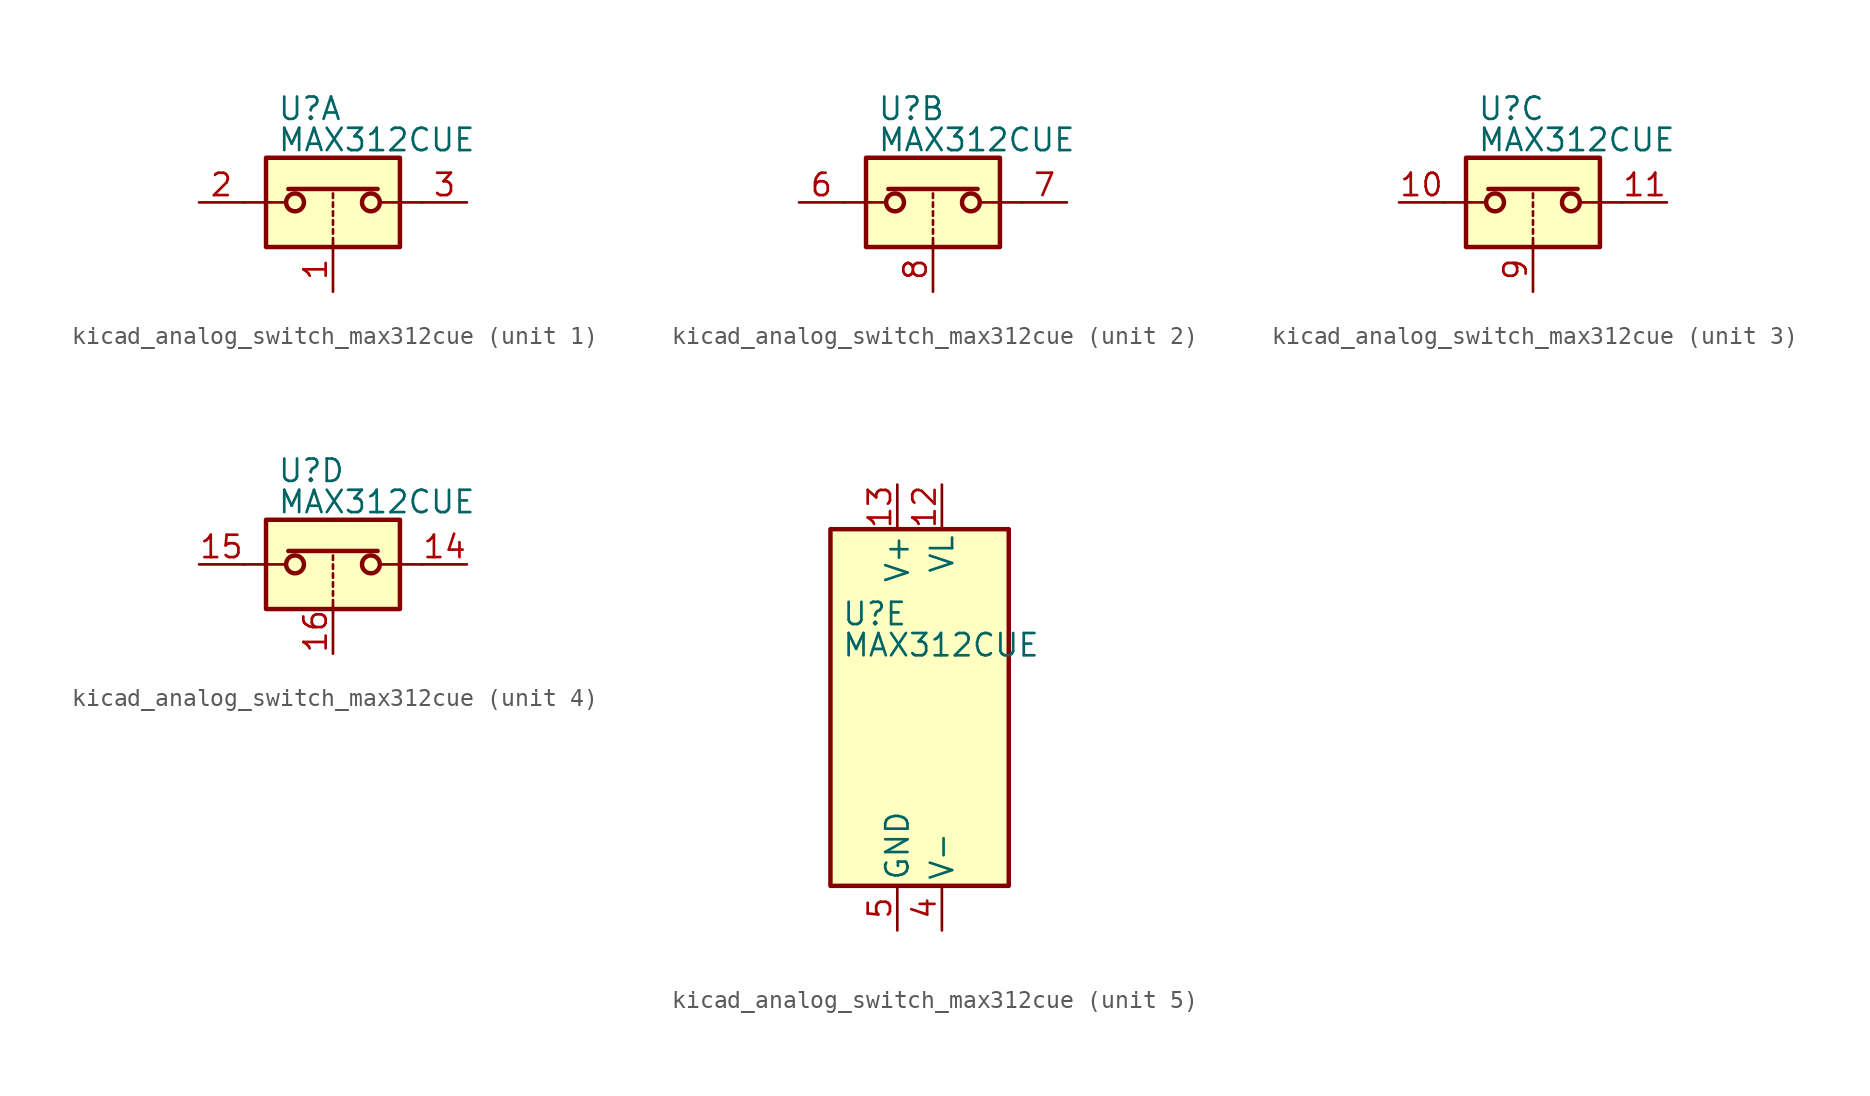
<source format=kicad_sym>
(kicad_symbol_lib
  (version 20220914)
  (generator kicad_symbol_editor)
  (symbol "kicad_analog_switch_max312cue"
    (pin_names
      (offset 0.254))
    (property "Reference" "U"
      (at -3.175 5.334 0)
      (effects (font (size 1.27 1.27)) (justify left)))
    (property "Value" "MAX312CUE"
      (at -3.175 3.556 0)
      (effects (font (size 1.27 1.27)) (justify left)))
    (symbol "kicad_analog_switch_max312cue_1_1"
      (rectangle (start -3.81 2.54) (end 3.81 -2.54) (stroke (width 0.254) (type default)) (fill (type background)))
      (circle (center -2.159 0) (radius 0.508) (stroke (width 0.254) (type default)) (fill (type none)))
      (polyline (pts (xy -5.08 0) (xy -2.794 0)) (stroke (width 0) (type default)) (fill (type none)))
      (polyline (pts (xy -2.54 0.762) (xy 2.54 0.762)) (stroke (width 0.254) (type default)) (fill (type none)))
      (polyline (pts (xy 0 -2.54) (xy 0 -2.032)) (stroke (width 0) (type default)) (fill (type none)))
      (polyline (pts (xy 0 -1.778) (xy 0 -1.524)) (stroke (width 0) (type default)) (fill (type none)))
      (polyline (pts (xy 0 -1.27) (xy 0 -1.016)) (stroke (width 0) (type default)) (fill (type none)))
      (polyline (pts (xy 0 -0.762) (xy 0 -0.508)) (stroke (width 0) (type default)) (fill (type none)))
      (polyline (pts (xy 0 -0.254) (xy 0 0)) (stroke (width 0) (type default)) (fill (type none)))
      (polyline (pts (xy 0 0.254) (xy 0 0.508)) (stroke (width 0) (type default)) (fill (type none)))
      (polyline (pts (xy 5.08 0) (xy 2.794 0)) (stroke (width 0) (type default)) (fill (type none)))
      (circle (center 2.159 0) (radius 0.508) (stroke (width 0.254) (type default)) (fill (type none)))
      (pin input line (at 0 -5.08 90) (length 2.54) (name "~" (effects (font (size 1.27 1.27)))) (number "1" (effects (font (size 1.27 1.27)))))
      (pin passive line (at -7.62 0 0) (length 2.54) (name "~" (effects (font (size 1.27 1.27)))) (number "2" (effects (font (size 1.27 1.27)))))
      (pin passive line (at 7.62 0 180) (length 2.54) (name "~" (effects (font (size 1.27 1.27)))) (number "3" (effects (font (size 1.27 1.27))))))
    (symbol "kicad_analog_switch_max312cue_2_1"
      (rectangle (start -3.81 2.54) (end 3.81 -2.54) (stroke (width 0.254) (type default)) (fill (type background)))
      (circle (center -2.159 0) (radius 0.508) (stroke (width 0.254) (type default)) (fill (type none)))
      (polyline (pts (xy -5.08 0) (xy -2.794 0)) (stroke (width 0) (type default)) (fill (type none)))
      (polyline (pts (xy -2.54 0.762) (xy 2.54 0.762)) (stroke (width 0.254) (type default)) (fill (type none)))
      (polyline (pts (xy 0 -2.54) (xy 0 -2.032)) (stroke (width 0) (type default)) (fill (type none)))
      (polyline (pts (xy 0 -1.778) (xy 0 -1.524)) (stroke (width 0) (type default)) (fill (type none)))
      (polyline (pts (xy 0 -1.27) (xy 0 -1.016)) (stroke (width 0) (type default)) (fill (type none)))
      (polyline (pts (xy 0 -0.762) (xy 0 -0.508)) (stroke (width 0) (type default)) (fill (type none)))
      (polyline (pts (xy 0 -0.254) (xy 0 0)) (stroke (width 0) (type default)) (fill (type none)))
      (polyline (pts (xy 0 0.254) (xy 0 0.508)) (stroke (width 0) (type default)) (fill (type none)))
      (polyline (pts (xy 5.08 0) (xy 2.794 0)) (stroke (width 0) (type default)) (fill (type none)))
      (circle (center 2.159 0) (radius 0.508) (stroke (width 0.254) (type default)) (fill (type none)))
      (pin passive line (at -7.62 0 0) (length 2.54) (name "~" (effects (font (size 1.27 1.27)))) (number "6" (effects (font (size 1.27 1.27)))))
      (pin passive line (at 7.62 0 180) (length 2.54) (name "~" (effects (font (size 1.27 1.27)))) (number "7" (effects (font (size 1.27 1.27)))))
      (pin input line (at 0 -5.08 90) (length 2.54) (name "~" (effects (font (size 1.27 1.27)))) (number "8" (effects (font (size 1.27 1.27))))))
    (symbol "kicad_analog_switch_max312cue_3_1"
      (rectangle (start -3.81 2.54) (end 3.81 -2.54) (stroke (width 0.254) (type default)) (fill (type background)))
      (circle (center -2.159 0) (radius 0.508) (stroke (width 0.254) (type default)) (fill (type none)))
      (polyline (pts (xy -5.08 0) (xy -2.794 0)) (stroke (width 0) (type default)) (fill (type none)))
      (polyline (pts (xy -2.54 0.762) (xy 2.54 0.762)) (stroke (width 0.254) (type default)) (fill (type none)))
      (polyline (pts (xy 0 -2.54) (xy 0 -2.032)) (stroke (width 0) (type default)) (fill (type none)))
      (polyline (pts (xy 0 -1.778) (xy 0 -1.524)) (stroke (width 0) (type default)) (fill (type none)))
      (polyline (pts (xy 0 -1.27) (xy 0 -1.016)) (stroke (width 0) (type default)) (fill (type none)))
      (polyline (pts (xy 0 -0.762) (xy 0 -0.508)) (stroke (width 0) (type default)) (fill (type none)))
      (polyline (pts (xy 0 -0.254) (xy 0 0)) (stroke (width 0) (type default)) (fill (type none)))
      (polyline (pts (xy 0 0.254) (xy 0 0.508)) (stroke (width 0) (type default)) (fill (type none)))
      (polyline (pts (xy 5.08 0) (xy 2.794 0)) (stroke (width 0) (type default)) (fill (type none)))
      (circle (center 2.159 0) (radius 0.508) (stroke (width 0.254) (type default)) (fill (type none)))
      (pin passive line (at -7.62 0 0) (length 2.54) (name "~" (effects (font (size 1.27 1.27)))) (number "10" (effects (font (size 1.27 1.27)))))
      (pin passive line (at 7.62 0 180) (length 2.54) (name "~" (effects (font (size 1.27 1.27)))) (number "11" (effects (font (size 1.27 1.27)))))
      (pin input line (at 0 -5.08 90) (length 2.54) (name "~" (effects (font (size 1.27 1.27)))) (number "9" (effects (font (size 1.27 1.27))))))
    (symbol "kicad_analog_switch_max312cue_4_1"
      (rectangle (start -3.81 2.54) (end 3.81 -2.54) (stroke (width 0.254) (type default)) (fill (type background)))
      (circle (center -2.159 0) (radius 0.508) (stroke (width 0.254) (type default)) (fill (type none)))
      (polyline (pts (xy -5.08 0) (xy -2.794 0)) (stroke (width 0) (type default)) (fill (type none)))
      (polyline (pts (xy -2.54 0.762) (xy 2.54 0.762)) (stroke (width 0.254) (type default)) (fill (type none)))
      (polyline (pts (xy 0 -2.54) (xy 0 -2.032)) (stroke (width 0) (type default)) (fill (type none)))
      (polyline (pts (xy 0 -1.778) (xy 0 -1.524)) (stroke (width 0) (type default)) (fill (type none)))
      (polyline (pts (xy 0 -1.27) (xy 0 -1.016)) (stroke (width 0) (type default)) (fill (type none)))
      (polyline (pts (xy 0 -0.762) (xy 0 -0.508)) (stroke (width 0) (type default)) (fill (type none)))
      (polyline (pts (xy 0 -0.254) (xy 0 0)) (stroke (width 0) (type default)) (fill (type none)))
      (polyline (pts (xy 0 0.254) (xy 0 0.508)) (stroke (width 0) (type default)) (fill (type none)))
      (polyline (pts (xy 5.08 0) (xy 2.794 0)) (stroke (width 0) (type default)) (fill (type none)))
      (circle (center 2.159 0) (radius 0.508) (stroke (width 0.254) (type default)) (fill (type none)))
      (pin passive line (at 7.62 0 180) (length 2.54) (name "~" (effects (font (size 1.27 1.27)))) (number "14" (effects (font (size 1.27 1.27)))))
      (pin passive line (at -7.62 0 0) (length 2.54) (name "~" (effects (font (size 1.27 1.27)))) (number "15" (effects (font (size 1.27 1.27)))))
      (pin input line (at 0 -5.08 90) (length 2.54) (name "~" (effects (font (size 1.27 1.27)))) (number "16" (effects (font (size 1.27 1.27))))))
    (symbol "kicad_analog_switch_max312cue_5_0"
      (pin power_in line (at 2.54 12.7 270) (length 2.54) (name "VL" (effects (font (size 1.27 1.27)))) (number "12" (effects (font (size 1.27 1.27)))))
      (pin power_in line (at 0 12.7 270) (length 2.54) (name "V+" (effects (font (size 1.27 1.27)))) (number "13" (effects (font (size 1.27 1.27)))))
      (pin power_in line (at 2.54 -12.7 90) (length 2.54) (name "V-" (effects (font (size 1.27 1.27)))) (number "4" (effects (font (size 1.27 1.27)))))
      (pin power_in line (at 0 -12.7 90) (length 2.54) (name "GND" (effects (font (size 1.27 1.27)))) (number "5" (effects (font (size 1.27 1.27))))))
    (symbol "kicad_analog_switch_max312cue_5_1"
      (rectangle (start -3.81 10.16) (end 6.35 -10.16) (stroke (width 0.254) (type default)) (fill (type background))))))
</source>
